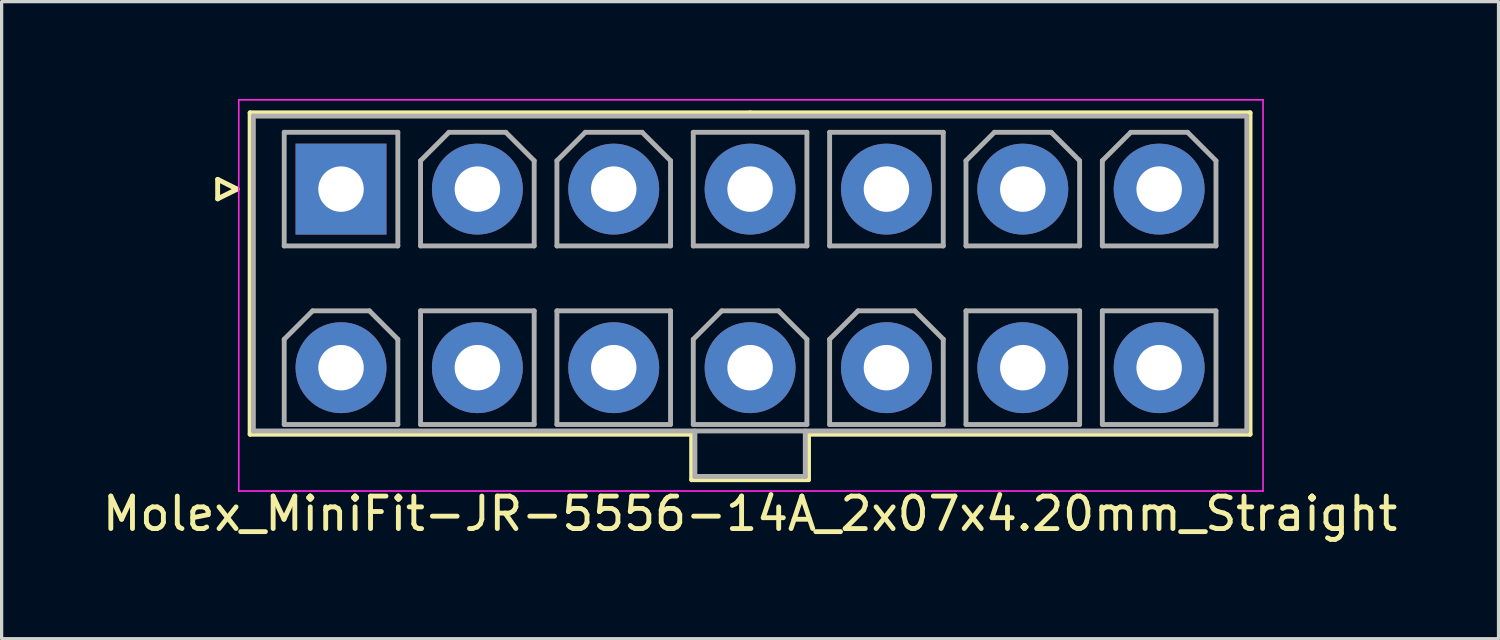
<source format=kicad_pcb>
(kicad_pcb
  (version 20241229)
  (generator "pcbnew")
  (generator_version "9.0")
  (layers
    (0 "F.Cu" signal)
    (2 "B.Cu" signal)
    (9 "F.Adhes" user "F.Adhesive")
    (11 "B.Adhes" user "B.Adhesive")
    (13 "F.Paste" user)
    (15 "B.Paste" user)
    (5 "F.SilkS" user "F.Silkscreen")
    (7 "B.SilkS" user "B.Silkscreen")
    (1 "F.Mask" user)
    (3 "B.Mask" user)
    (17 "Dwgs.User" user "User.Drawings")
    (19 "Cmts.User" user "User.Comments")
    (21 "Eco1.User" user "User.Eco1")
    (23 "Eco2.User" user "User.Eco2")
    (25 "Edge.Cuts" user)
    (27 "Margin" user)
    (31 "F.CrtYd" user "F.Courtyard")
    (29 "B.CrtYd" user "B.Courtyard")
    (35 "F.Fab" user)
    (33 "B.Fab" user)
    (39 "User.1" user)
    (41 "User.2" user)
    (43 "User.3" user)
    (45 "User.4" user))
  (footprint "Molex_MiniFit-JR-5556-14A_2x07x4.20mm_Straight"
    (layer "F.Cu")
    (at 7.454 2.775)
    (property "Reference" "Molex_MiniFit-JR-5556-14A_2x07x4.20mm_Straight" (at 12.6 10 0) (layer "F.SilkS") (effects (font (size 1 1) (thickness 0.15))))
    (attr through_hole)
    (fp_line (start -3.8 -0.3) (end -3.2 0) (stroke (width 0.15) (type solid)) (layer "F.SilkS"))
    (fp_line (start -3.8 0.3) (end -3.8 -0.3) (stroke (width 0.15) (type solid)) (layer "F.SilkS"))
    (fp_line (start -3.2 0) (end -3.8 0.3) (stroke (width 0.15) (type solid)) (layer "F.SilkS"))
    (fp_line (start -2.8 -2.35) (end -2.8 7.55) (stroke (width 0.15) (type solid)) (layer "F.SilkS"))
    (fp_line (start -2.8 7.55) (end 10.8 7.55) (stroke (width 0.15) (type solid)) (layer "F.SilkS"))
    (fp_line (start 10.8 7.55) (end 10.8 8.95) (stroke (width 0.15) (type solid)) (layer "F.SilkS"))
    (fp_line (start 10.8 8.95) (end 12.6 8.95) (stroke (width 0.15) (type solid)) (layer "F.SilkS"))
    (fp_line (start 12.6 -2.35) (end -2.8 -2.35) (stroke (width 0.15) (type solid)) (layer "F.SilkS"))
    (fp_line (start 12.6 -2.35) (end 28 -2.35) (stroke (width 0.15) (type solid)) (layer "F.SilkS"))
    (fp_line (start 14.4 7.55) (end 14.4 8.95) (stroke (width 0.15) (type solid)) (layer "F.SilkS"))
    (fp_line (start 14.4 8.95) (end 12.6 8.95) (stroke (width 0.15) (type solid)) (layer "F.SilkS"))
    (fp_line (start 28 -2.35) (end 28 7.55) (stroke (width 0.15) (type solid)) (layer "F.SilkS"))
    (fp_line (start 28 7.55) (end 14.4 7.55) (stroke (width 0.15) (type solid)) (layer "F.SilkS"))
    (fp_line (start -3.15 -2.75) (end -3.15 9.3) (stroke (width 0.05) (type solid)) (layer "F.CrtYd"))
    (fp_line (start -3.15 9.3) (end 28.4 9.3) (stroke (width 0.05) (type solid)) (layer "F.CrtYd"))
    (fp_line (start 28.4 -2.75) (end -3.15 -2.75) (stroke (width 0.05) (type solid)) (layer "F.CrtYd"))
    (fp_line (start 28.4 9.3) (end 28.4 -2.75) (stroke (width 0.05) (type solid)) (layer "F.CrtYd"))
    (fp_line (start -2.7 -2.25) (end -2.7 7.45) (stroke (width 0.15) (type solid)) (layer "F.Fab"))
    (fp_line (start -2.7 7.45) (end 27.9 7.45) (stroke (width 0.15) (type solid)) (layer "F.Fab"))
    (fp_line (start -1.75 -1.75) (end -1.75 1.75) (stroke (width 0.15) (type solid)) (layer "F.Fab"))
    (fp_line (start -1.75 1.75) (end 1.75 1.75) (stroke (width 0.15) (type solid)) (layer "F.Fab"))
    (fp_line (start -1.75 4.625) (end -0.875 3.75) (stroke (width 0.15) (type solid)) (layer "F.Fab"))
    (fp_line (start -1.75 7.25) (end -1.75 4.625) (stroke (width 0.15) (type solid)) (layer "F.Fab"))
    (fp_line (start -0.875 3.75) (end 0.875 3.75) (stroke (width 0.15) (type solid)) (layer "F.Fab"))
    (fp_line (start 0.875 3.75) (end 1.75 4.625) (stroke (width 0.15) (type solid)) (layer "F.Fab"))
    (fp_line (start 1.75 -1.75) (end -1.75 -1.75) (stroke (width 0.15) (type solid)) (layer "F.Fab"))
    (fp_line (start 1.75 1.75) (end 1.75 -1.75) (stroke (width 0.15) (type solid)) (layer "F.Fab"))
    (fp_line (start 1.75 4.625) (end 1.75 7.25) (stroke (width 0.15) (type solid)) (layer "F.Fab"))
    (fp_line (start 1.75 7.25) (end -1.75 7.25) (stroke (width 0.15) (type solid)) (layer "F.Fab"))
    (fp_line (start 2.45 -0.875) (end 3.325 -1.75) (stroke (width 0.15) (type solid)) (layer "F.Fab"))
    (fp_line (start 2.45 1.75) (end 2.45 -0.875) (stroke (width 0.15) (type solid)) (layer "F.Fab"))
    (fp_line (start 2.45 3.75) (end 2.45 7.25) (stroke (width 0.15) (type solid)) (layer "F.Fab"))
    (fp_line (start 2.45 7.25) (end 5.95 7.25) (stroke (width 0.15) (type solid)) (layer "F.Fab"))
    (fp_line (start 3.325 -1.75) (end 5.075 -1.75) (stroke (width 0.15) (type solid)) (layer "F.Fab"))
    (fp_line (start 5.075 -1.75) (end 5.95 -0.875) (stroke (width 0.15) (type solid)) (layer "F.Fab"))
    (fp_line (start 5.95 -0.875) (end 5.95 1.75) (stroke (width 0.15) (type solid)) (layer "F.Fab"))
    (fp_line (start 5.95 1.75) (end 2.45 1.75) (stroke (width 0.15) (type solid)) (layer "F.Fab"))
    (fp_line (start 5.95 3.75) (end 2.45 3.75) (stroke (width 0.15) (type solid)) (layer "F.Fab"))
    (fp_line (start 5.95 7.25) (end 5.95 3.75) (stroke (width 0.15) (type solid)) (layer "F.Fab"))
    (fp_line (start 6.65 -0.875) (end 7.525 -1.75) (stroke (width 0.15) (type solid)) (layer "F.Fab"))
    (fp_line (start 6.65 1.75) (end 6.65 -0.875) (stroke (width 0.15) (type solid)) (layer "F.Fab"))
    (fp_line (start 6.65 3.75) (end 6.65 7.25) (stroke (width 0.15) (type solid)) (layer "F.Fab"))
    (fp_line (start 6.65 7.25) (end 10.15 7.25) (stroke (width 0.15) (type solid)) (layer "F.Fab"))
    (fp_line (start 7.525 -1.75) (end 9.275 -1.75) (stroke (width 0.15) (type solid)) (layer "F.Fab"))
    (fp_line (start 9.275 -1.75) (end 10.15 -0.875) (stroke (width 0.15) (type solid)) (layer "F.Fab"))
    (fp_line (start 10.15 -0.875) (end 10.15 1.75) (stroke (width 0.15) (type solid)) (layer "F.Fab"))
    (fp_line (start 10.15 1.75) (end 6.65 1.75) (stroke (width 0.15) (type solid)) (layer "F.Fab"))
    (fp_line (start 10.15 3.75) (end 6.65 3.75) (stroke (width 0.15) (type solid)) (layer "F.Fab"))
    (fp_line (start 10.15 7.25) (end 10.15 3.75) (stroke (width 0.15) (type solid)) (layer "F.Fab"))
    (fp_line (start 10.85 -1.75) (end 10.85 1.75) (stroke (width 0.15) (type solid)) (layer "F.Fab"))
    (fp_line (start 10.85 1.75) (end 14.35 1.75) (stroke (width 0.15) (type solid)) (layer "F.Fab"))
    (fp_line (start 10.85 4.625) (end 11.725 3.75) (stroke (width 0.15) (type solid)) (layer "F.Fab"))
    (fp_line (start 10.85 7.25) (end 10.85 4.625) (stroke (width 0.15) (type solid)) (layer "F.Fab"))
    (fp_line (start 10.9 7.45) (end 10.9 8.85) (stroke (width 0.15) (type solid)) (layer "F.Fab"))
    (fp_line (start 10.9 8.85) (end 14.3 8.85) (stroke (width 0.15) (type solid)) (layer "F.Fab"))
    (fp_line (start 11.725 3.75) (end 13.475 3.75) (stroke (width 0.15) (type solid)) (layer "F.Fab"))
    (fp_line (start 13.475 3.75) (end 14.35 4.625) (stroke (width 0.15) (type solid)) (layer "F.Fab"))
    (fp_line (start 14.3 8.85) (end 14.3 7.45) (stroke (width 0.15) (type solid)) (layer "F.Fab"))
    (fp_line (start 14.35 -1.75) (end 10.85 -1.75) (stroke (width 0.15) (type solid)) (layer "F.Fab"))
    (fp_line (start 14.35 1.75) (end 14.35 -1.75) (stroke (width 0.15) (type solid)) (layer "F.Fab"))
    (fp_line (start 14.35 4.625) (end 14.35 7.25) (stroke (width 0.15) (type solid)) (layer "F.Fab"))
    (fp_line (start 14.35 7.25) (end 10.85 7.25) (stroke (width 0.15) (type solid)) (layer "F.Fab"))
    (fp_line (start 15.05 -1.75) (end 15.05 1.75) (stroke (width 0.15) (type solid)) (layer "F.Fab"))
    (fp_line (start 15.05 1.75) (end 18.55 1.75) (stroke (width 0.15) (type solid)) (layer "F.Fab"))
    (fp_line (start 15.05 4.625) (end 15.925 3.75) (stroke (width 0.15) (type solid)) (layer "F.Fab"))
    (fp_line (start 15.05 7.25) (end 15.05 4.625) (stroke (width 0.15) (type solid)) (layer "F.Fab"))
    (fp_line (start 15.925 3.75) (end 17.675 3.75) (stroke (width 0.15) (type solid)) (layer "F.Fab"))
    (fp_line (start 17.675 3.75) (end 18.55 4.625) (stroke (width 0.15) (type solid)) (layer "F.Fab"))
    (fp_line (start 18.55 -1.75) (end 15.05 -1.75) (stroke (width 0.15) (type solid)) (layer "F.Fab"))
    (fp_line (start 18.55 1.75) (end 18.55 -1.75) (stroke (width 0.15) (type solid)) (layer "F.Fab"))
    (fp_line (start 18.55 4.625) (end 18.55 7.25) (stroke (width 0.15) (type solid)) (layer "F.Fab"))
    (fp_line (start 18.55 7.25) (end 15.05 7.25) (stroke (width 0.15) (type solid)) (layer "F.Fab"))
    (fp_line (start 19.25 -0.875) (end 20.125 -1.75) (stroke (width 0.15) (type solid)) (layer "F.Fab"))
    (fp_line (start 19.25 1.75) (end 19.25 -0.875) (stroke (width 0.15) (type solid)) (layer "F.Fab"))
    (fp_line (start 19.25 3.75) (end 19.25 7.25) (stroke (width 0.15) (type solid)) (layer "F.Fab"))
    (fp_line (start 19.25 7.25) (end 22.75 7.25) (stroke (width 0.15) (type solid)) (layer "F.Fab"))
    (fp_line (start 20.125 -1.75) (end 21.875 -1.75) (stroke (width 0.15) (type solid)) (layer "F.Fab"))
    (fp_line (start 21.875 -1.75) (end 22.75 -0.875) (stroke (width 0.15) (type solid)) (layer "F.Fab"))
    (fp_line (start 22.75 -0.875) (end 22.75 1.75) (stroke (width 0.15) (type solid)) (layer "F.Fab"))
    (fp_line (start 22.75 1.75) (end 19.25 1.75) (stroke (width 0.15) (type solid)) (layer "F.Fab"))
    (fp_line (start 22.75 3.75) (end 19.25 3.75) (stroke (width 0.15) (type solid)) (layer "F.Fab"))
    (fp_line (start 22.75 7.25) (end 22.75 3.75) (stroke (width 0.15) (type solid)) (layer "F.Fab"))
    (fp_line (start 23.45 -0.875) (end 24.325 -1.75) (stroke (width 0.15) (type solid)) (layer "F.Fab"))
    (fp_line (start 23.45 1.75) (end 23.45 -0.875) (stroke (width 0.15) (type solid)) (layer "F.Fab"))
    (fp_line (start 23.45 3.75) (end 23.45 7.25) (stroke (width 0.15) (type solid)) (layer "F.Fab"))
    (fp_line (start 23.45 7.25) (end 26.95 7.25) (stroke (width 0.15) (type solid)) (layer "F.Fab"))
    (fp_line (start 24.325 -1.75) (end 26.075 -1.75) (stroke (width 0.15) (type solid)) (layer "F.Fab"))
    (fp_line (start 26.075 -1.75) (end 26.95 -0.875) (stroke (width 0.15) (type solid)) (layer "F.Fab"))
    (fp_line (start 26.95 -0.875) (end 26.95 1.75) (stroke (width 0.15) (type solid)) (layer "F.Fab"))
    (fp_line (start 26.95 1.75) (end 23.45 1.75) (stroke (width 0.15) (type solid)) (layer "F.Fab"))
    (fp_line (start 26.95 3.75) (end 23.45 3.75) (stroke (width 0.15) (type solid)) (layer "F.Fab"))
    (fp_line (start 26.95 7.25) (end 26.95 3.75) (stroke (width 0.15) (type solid)) (layer "F.Fab"))
    (fp_line (start 27.9 -2.25) (end -2.7 -2.25) (stroke (width 0.15) (type solid)) (layer "F.Fab"))
    (fp_line (start 27.9 7.45) (end 27.9 -2.25) (stroke (width 0.15) (type solid)) (layer "F.Fab"))
    (pad "1" thru_hole rect (at 0 0) (size 2.8 2.8) (drill 1.4) (layers "*.Cu" "*.Mask"))
    (pad "2" thru_hole circle (at 4.2 0) (size 2.8 2.8) (drill 1.4) (layers "*.Cu" "*.Mask"))
    (pad "3" thru_hole circle (at 8.4 0) (size 2.8 2.8) (drill 1.4) (layers "*.Cu" "*.Mask"))
    (pad "4" thru_hole circle (at 12.6 0) (size 2.8 2.8) (drill 1.4) (layers "*.Cu" "*.Mask"))
    (pad "5" thru_hole circle (at 16.8 0) (size 2.8 2.8) (drill 1.4) (layers "*.Cu" "*.Mask"))
    (pad "6" thru_hole circle (at 21 0) (size 2.8 2.8) (drill 1.4) (layers "*.Cu" "*.Mask"))
    (pad "7" thru_hole circle (at 25.2 0) (size 2.8 2.8) (drill 1.4) (layers "*.Cu" "*.Mask"))
    (pad "8" thru_hole circle (at 0 5.5) (size 2.8 2.8) (drill 1.4) (layers "*.Cu" "*.Mask"))
    (pad "9" thru_hole circle (at 4.2 5.5) (size 2.8 2.8) (drill 1.4) (layers "*.Cu" "*.Mask"))
    (pad "10" thru_hole circle (at 8.4 5.5) (size 2.8 2.8) (drill 1.4) (layers "*.Cu" "*.Mask"))
    (pad "11" thru_hole circle (at 12.6 5.5) (size 2.8 2.8) (drill 1.4) (layers "*.Cu" "*.Mask"))
    (pad "12" thru_hole circle (at 16.8 5.5) (size 2.8 2.8) (drill 1.4) (layers "*.Cu" "*.Mask"))
    (pad "13" thru_hole circle (at 21 5.5) (size 2.8 2.8) (drill 1.4) (layers "*.Cu" "*.Mask"))
    (pad "14" thru_hole circle (at 25.2 5.5) (size 2.8 2.8) (drill 1.4) (layers "*.Cu" "*.Mask")))
  (gr_rect
    (start -3 -3)
    (end 43.107 16.623)
    (stroke (width 0.1) (type default))
    (fill no)
    (layer "Edge.Cuts")))
</source>
